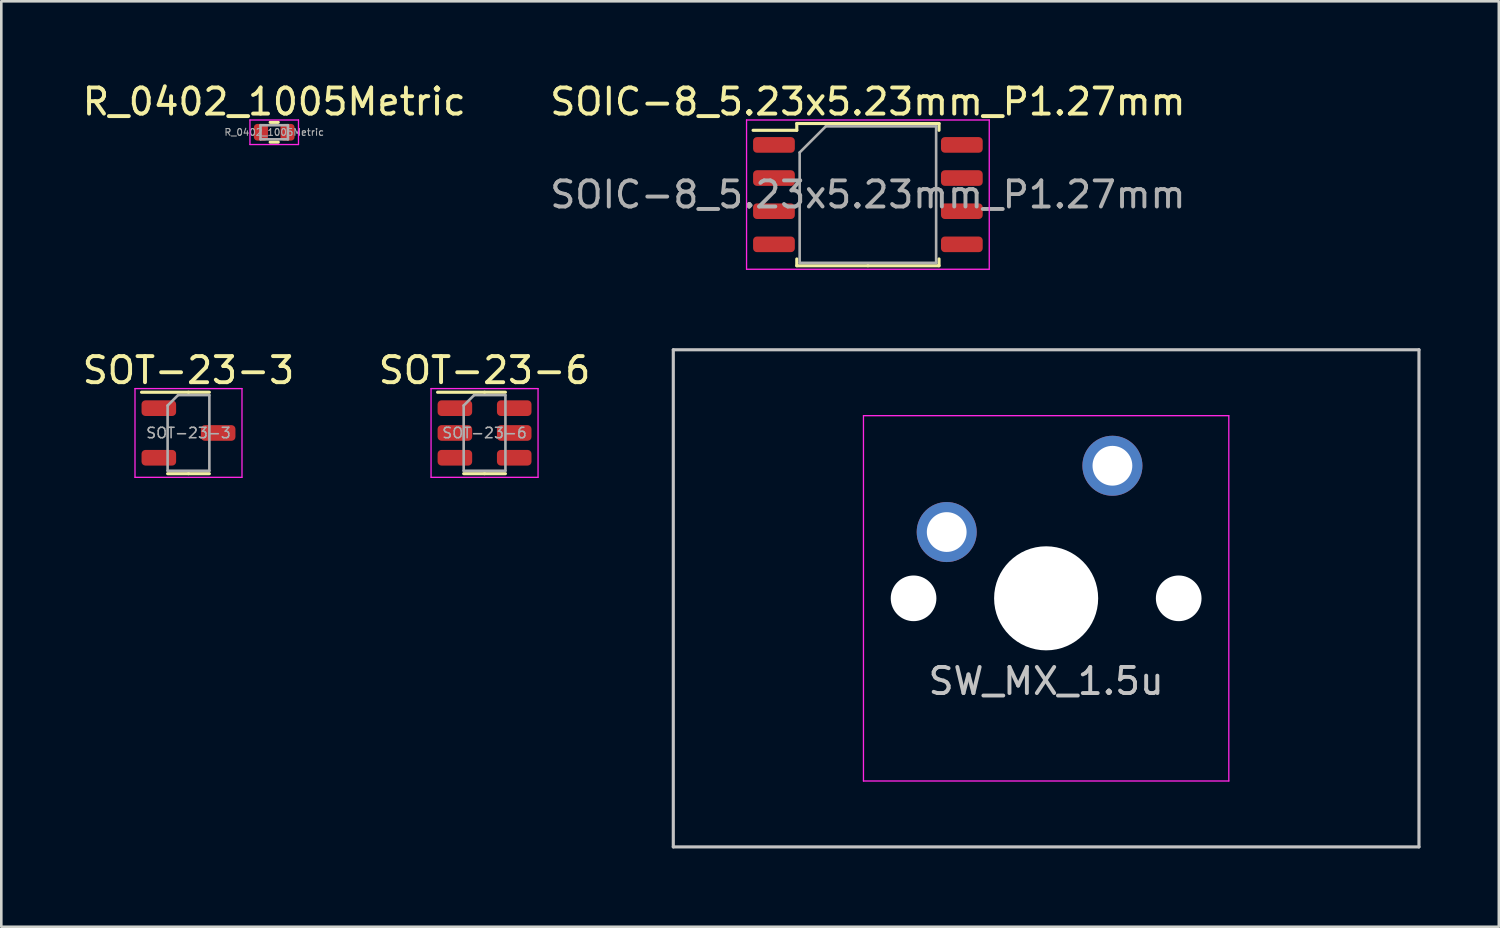
<source format=kicad_pcb>
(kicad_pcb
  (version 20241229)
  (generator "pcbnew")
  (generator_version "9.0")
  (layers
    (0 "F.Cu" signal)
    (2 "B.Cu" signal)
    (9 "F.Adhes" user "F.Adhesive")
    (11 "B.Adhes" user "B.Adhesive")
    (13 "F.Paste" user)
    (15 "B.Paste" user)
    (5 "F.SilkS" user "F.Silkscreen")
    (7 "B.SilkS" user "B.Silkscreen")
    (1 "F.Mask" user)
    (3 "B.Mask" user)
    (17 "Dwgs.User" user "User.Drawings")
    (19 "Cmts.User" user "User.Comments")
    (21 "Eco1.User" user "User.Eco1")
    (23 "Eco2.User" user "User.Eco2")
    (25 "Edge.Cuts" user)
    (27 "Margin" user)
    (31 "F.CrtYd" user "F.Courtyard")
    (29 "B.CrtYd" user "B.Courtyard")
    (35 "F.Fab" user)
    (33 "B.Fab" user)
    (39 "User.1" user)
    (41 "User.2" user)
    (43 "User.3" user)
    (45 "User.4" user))
  (footprint "SW_MX_1.5u"
    (layer "F.Cu")
    (at 37.038 19.878)
    (property "Reference" "SW_MX_1.5u" (at 0 3.175 0) (layer "Dwgs.User") (effects (font (size 1 1) (thickness 0.15))))
    (attr through_hole exclude_from_pos_files)
    (fp_line (start -14.287 -9.525) (end -14.287 9.525) (stroke (width 0.12) (type solid)) (layer "Dwgs.User"))
    (fp_line (start -14.287 9.525) (end 14.287 9.525) (stroke (width 0.12) (type solid)) (layer "Dwgs.User"))
    (fp_line (start 14.287 -9.525) (end -14.287 -9.525) (stroke (width 0.12) (type solid)) (layer "Dwgs.User"))
    (fp_line (start 14.287 9.525) (end 14.287 -9.525) (stroke (width 0.12) (type solid)) (layer "Dwgs.User"))
    (fp_line (start -7 6.5) (end -7 -6.5) (stroke (width 0.05) (type solid)) (layer "Eco2.User"))
    (fp_line (start -6.5 -7) (end 6.5 -7) (stroke (width 0.05) (type solid)) (layer "Eco2.User"))
    (fp_line (start 6.5 7) (end -6.5 7) (stroke (width 0.05) (type solid)) (layer "Eco2.User"))
    (fp_line (start 7 -6.5) (end 7 6.5) (stroke (width 0.05) (type solid)) (layer "Eco2.User"))
    (fp_arc (start -7 -6.5) (mid -6.853553 -6.853553) (end -6.5 -7) (stroke (width 0.05) (type solid)) (layer "Eco2.User"))
    (fp_arc (start -6.5 7) (mid -6.853553 6.853553) (end -7 6.5) (stroke (width 0.05) (type solid)) (layer "Eco2.User"))
    (fp_arc (start 6.5 -7) (mid 6.853553 -6.853553) (end 7 -6.5) (stroke (width 0.05) (type solid)) (layer "Eco2.User"))
    (fp_arc (start 6.997236 6.498884) (mid 6.850806 6.852455) (end 6.497236 6.998884) (stroke (width 0.05) (type solid)) (layer "Eco2.User"))
    (fp_line (start -7 -7) (end -7 7) (stroke (width 0.05) (type solid)) (layer "F.CrtYd"))
    (fp_line (start -7 7) (end 7 7) (stroke (width 0.05) (type solid)) (layer "F.CrtYd"))
    (fp_line (start 7 -7) (end -7 -7) (stroke (width 0.05) (type solid)) (layer "F.CrtYd"))
    (fp_line (start 7 7) (end 7 -7) (stroke (width 0.05) (type solid)) (layer "F.CrtYd"))
    (pad "" np_thru_hole circle (at -5.08 0) (size 1.75 1.75) (drill 1.75) (layers "*.Cu" "*.Mask"))
    (pad "" np_thru_hole circle (at 0 0) (size 3.988 3.988) (drill 3.988) (layers "*.Cu" "*.Mask"))
    (pad "" np_thru_hole circle (at 5.08 0) (size 1.75 1.75) (drill 1.75) (layers "*.Cu" "*.Mask"))
    (pad "1" thru_hole circle (at -3.81 -2.54) (size 2.3 2.3) (drill 1.524) (layers "*.Cu" "B.Mask"))
    (pad "2" thru_hole circle (at 2.54 -5.08) (size 2.3 2.3) (drill 1.524) (layers "*.Cu" "B.Mask")))
  (footprint "SOT-23-6"
    (layer "F.Cu")
    (at 15.518 13.541)
    (property "Reference" "SOT-23-6" (at 0 -2.4 0) (layer "F.SilkS") (effects (font (size 1 1) (thickness 0.15))))
    (attr smd)
    (fp_line (start 0 -1.56) (end -1.8 -1.56) (stroke (width 0.12) (type solid)) (layer "F.SilkS"))
    (fp_line (start 0 -1.56) (end 0.8 -1.56) (stroke (width 0.12) (type solid)) (layer "F.SilkS"))
    (fp_line (start 0 1.56) (end -0.8 1.56) (stroke (width 0.12) (type solid)) (layer "F.SilkS"))
    (fp_line (start 0 1.56) (end 0.8 1.56) (stroke (width 0.12) (type solid)) (layer "F.SilkS"))
    (fp_line (start -2.05 -1.7) (end -2.05 1.7) (stroke (width 0.05) (type solid)) (layer "F.CrtYd"))
    (fp_line (start -2.05 1.7) (end 2.05 1.7) (stroke (width 0.05) (type solid)) (layer "F.CrtYd"))
    (fp_line (start 2.05 -1.7) (end -2.05 -1.7) (stroke (width 0.05) (type solid)) (layer "F.CrtYd"))
    (fp_line (start 2.05 1.7) (end 2.05 -1.7) (stroke (width 0.05) (type solid)) (layer "F.CrtYd"))
    (fp_line (start -0.8 -1.05) (end -0.4 -1.45) (stroke (width 0.1) (type solid)) (layer "F.Fab"))
    (fp_line (start -0.8 1.45) (end -0.8 -1.05) (stroke (width 0.1) (type solid)) (layer "F.Fab"))
    (fp_line (start -0.4 -1.45) (end 0.8 -1.45) (stroke (width 0.1) (type solid)) (layer "F.Fab"))
    (fp_line (start 0.8 -1.45) (end 0.8 1.45) (stroke (width 0.1) (type solid)) (layer "F.Fab"))
    (fp_line (start 0.8 1.45) (end -0.8 1.45) (stroke (width 0.1) (type solid)) (layer "F.Fab"))
    (fp_text user "${REFERENCE}" (at 0 0 0) (layer "F.Fab") (effects (font (size 0.4 0.4) (thickness 0.06))))
    (pad "1" smd roundrect (at -1.137 -0.95 180) (size 1.325 0.6) (layers "F.Cu" "F.Mask" "F.Paste") (roundrect_rratio 0.25))
    (pad "2" smd roundrect (at -1.137 0 180) (size 1.325 0.6) (layers "F.Cu" "F.Mask" "F.Paste") (roundrect_rratio 0.25))
    (pad "3" smd roundrect (at -1.137 0.95 180) (size 1.325 0.6) (layers "F.Cu" "F.Mask" "F.Paste") (roundrect_rratio 0.25))
    (pad "4" smd roundrect (at 1.137 0.95 180) (size 1.325 0.6) (layers "F.Cu" "F.Mask" "F.Paste") (roundrect_rratio 0.25))
    (pad "5" smd roundrect (at 1.137 0 180) (size 1.325 0.6) (layers "F.Cu" "F.Mask" "F.Paste") (roundrect_rratio 0.25))
    (pad "6" smd roundrect (at 1.137 -0.95 180) (size 1.325 0.6) (layers "F.Cu" "F.Mask" "F.Paste") (roundrect_rratio 0.25)))
  (footprint "SOT-23-3"
    (layer "F.Cu")
    (at 4.173 13.541)
    (property "Reference" "SOT-23-3" (at 0 -2.4 0) (layer "F.SilkS") (effects (font (size 1 1) (thickness 0.15))))
    (attr smd)
    (fp_line (start 0 -1.56) (end -1.8 -1.56) (stroke (width 0.12) (type solid)) (layer "F.SilkS"))
    (fp_line (start 0 -1.56) (end 0.8 -1.56) (stroke (width 0.12) (type solid)) (layer "F.SilkS"))
    (fp_line (start 0 1.56) (end -0.8 1.56) (stroke (width 0.12) (type solid)) (layer "F.SilkS"))
    (fp_line (start 0 1.56) (end 0.8 1.56) (stroke (width 0.12) (type solid)) (layer "F.SilkS"))
    (fp_line (start -2.05 -1.7) (end -2.05 1.7) (stroke (width 0.05) (type solid)) (layer "F.CrtYd"))
    (fp_line (start -2.05 1.7) (end 2.05 1.7) (stroke (width 0.05) (type solid)) (layer "F.CrtYd"))
    (fp_line (start 2.05 -1.7) (end -2.05 -1.7) (stroke (width 0.05) (type solid)) (layer "F.CrtYd"))
    (fp_line (start 2.05 1.7) (end 2.05 -1.7) (stroke (width 0.05) (type solid)) (layer "F.CrtYd"))
    (fp_line (start -0.8 -1.05) (end -0.4 -1.45) (stroke (width 0.1) (type solid)) (layer "F.Fab"))
    (fp_line (start -0.8 1.45) (end -0.8 -1.05) (stroke (width 0.1) (type solid)) (layer "F.Fab"))
    (fp_line (start -0.4 -1.45) (end 0.8 -1.45) (stroke (width 0.1) (type solid)) (layer "F.Fab"))
    (fp_line (start 0.8 -1.45) (end 0.8 1.45) (stroke (width 0.1) (type solid)) (layer "F.Fab"))
    (fp_line (start 0.8 1.45) (end -0.8 1.45) (stroke (width 0.1) (type solid)) (layer "F.Fab"))
    (fp_text user "${REFERENCE}" (at 0 0 0) (layer "F.Fab") (effects (font (size 0.4 0.4) (thickness 0.06))))
    (pad "1" smd roundrect (at -1.137 -0.95 180) (size 1.325 0.6) (layers "F.Cu" "F.Mask" "F.Paste") (roundrect_rratio 0.25))
    (pad "2" smd roundrect (at -1.137 0.95 180) (size 1.325 0.6) (layers "F.Cu" "F.Mask" "F.Paste") (roundrect_rratio 0.25))
    (pad "3" smd roundrect (at 1.137 0 180) (size 1.325 0.6) (layers "F.Cu" "F.Mask" "F.Paste") (roundrect_rratio 0.25)))
  (footprint "SOIC-8_5.23x5.23mm_P1.27mm"
    (layer "F.Cu")
    (at 30.208 4.408)
    (property "Reference" "SOIC-8_5.23x5.23mm_P1.27mm" (at 0 -3.56 0) (layer "F.SilkS") (effects (font (size 1 1) (thickness 0.15))))
    (attr smd)
    (fp_line (start -2.725 -2.725) (end -2.725 -2.465) (stroke (width 0.12) (type solid)) (layer "F.SilkS"))
    (fp_line (start -2.725 -2.465) (end -4.4 -2.465) (stroke (width 0.12) (type solid)) (layer "F.SilkS"))
    (fp_line (start -2.725 2.725) (end -2.725 2.465) (stroke (width 0.12) (type solid)) (layer "F.SilkS"))
    (fp_line (start 0 -2.725) (end -2.725 -2.725) (stroke (width 0.12) (type solid)) (layer "F.SilkS"))
    (fp_line (start 0 -2.725) (end 2.725 -2.725) (stroke (width 0.12) (type solid)) (layer "F.SilkS"))
    (fp_line (start 0 2.725) (end -2.725 2.725) (stroke (width 0.12) (type solid)) (layer "F.SilkS"))
    (fp_line (start 0 2.725) (end 2.725 2.725) (stroke (width 0.12) (type solid)) (layer "F.SilkS"))
    (fp_line (start 2.725 -2.725) (end 2.725 -2.465) (stroke (width 0.12) (type solid)) (layer "F.SilkS"))
    (fp_line (start 2.725 2.725) (end 2.725 2.465) (stroke (width 0.12) (type solid)) (layer "F.SilkS"))
    (fp_line (start -4.65 -2.86) (end -4.65 2.86) (stroke (width 0.05) (type solid)) (layer "F.CrtYd"))
    (fp_line (start -4.65 2.86) (end 4.65 2.86) (stroke (width 0.05) (type solid)) (layer "F.CrtYd"))
    (fp_line (start 4.65 -2.86) (end -4.65 -2.86) (stroke (width 0.05) (type solid)) (layer "F.CrtYd"))
    (fp_line (start 4.65 2.86) (end 4.65 -2.86) (stroke (width 0.05) (type solid)) (layer "F.CrtYd"))
    (fp_line (start -2.615 -1.615) (end -1.615 -2.615) (stroke (width 0.1) (type solid)) (layer "F.Fab"))
    (fp_line (start -2.615 2.615) (end -2.615 -1.615) (stroke (width 0.1) (type solid)) (layer "F.Fab"))
    (fp_line (start -1.615 -2.615) (end 2.615 -2.615) (stroke (width 0.1) (type solid)) (layer "F.Fab"))
    (fp_line (start 2.615 -2.615) (end 2.615 2.615) (stroke (width 0.1) (type solid)) (layer "F.Fab"))
    (fp_line (start 2.615 2.615) (end -2.615 2.615) (stroke (width 0.1) (type solid)) (layer "F.Fab"))
    (fp_text user "${REFERENCE}" (at 0 0 0) (layer "F.Fab") (effects (font (size 1 1) (thickness 0.15))))
    (pad "1" smd roundrect (at -3.6 -1.905 180) (size 1.6 0.6) (layers "F.Cu" "F.Mask" "F.Paste") (roundrect_rratio 0.25))
    (pad "2" smd roundrect (at -3.6 -0.635 180) (size 1.6 0.6) (layers "F.Cu" "F.Mask" "F.Paste") (roundrect_rratio 0.25))
    (pad "3" smd roundrect (at -3.6 0.635 180) (size 1.6 0.6) (layers "F.Cu" "F.Mask" "F.Paste") (roundrect_rratio 0.25))
    (pad "4" smd roundrect (at -3.6 1.905 180) (size 1.6 0.6) (layers "F.Cu" "F.Mask" "F.Paste") (roundrect_rratio 0.25))
    (pad "5" smd roundrect (at 3.6 1.905 180) (size 1.6 0.6) (layers "F.Cu" "F.Mask" "F.Paste") (roundrect_rratio 0.25))
    (pad "6" smd roundrect (at 3.6 0.635 180) (size 1.6 0.6) (layers "F.Cu" "F.Mask" "F.Paste") (roundrect_rratio 0.25))
    (pad "7" smd roundrect (at 3.6 -0.635 180) (size 1.6 0.6) (layers "F.Cu" "F.Mask" "F.Paste") (roundrect_rratio 0.25))
    (pad "8" smd roundrect (at 3.6 -1.905 180) (size 1.6 0.6) (layers "F.Cu" "F.Mask" "F.Paste") (roundrect_rratio 0.25)))
  (footprint "R_0402_1005Metric"
    (layer "F.Cu")
    (at 7.458 2.018)
    (property "Reference" "R_0402_1005Metric" (at 0 -1.17 0) (layer "F.SilkS") (effects (font (size 1 1) (thickness 0.15))))
    (attr smd)
    (fp_line (start -0.154 -0.38) (end 0.154 -0.38) (stroke (width 0.12) (type solid)) (layer "F.SilkS"))
    (fp_line (start -0.154 0.38) (end 0.154 0.38) (stroke (width 0.12) (type solid)) (layer "F.SilkS"))
    (fp_line (start -0.93 -0.47) (end 0.93 -0.47) (stroke (width 0.05) (type solid)) (layer "F.CrtYd"))
    (fp_line (start -0.93 0.47) (end -0.93 -0.47) (stroke (width 0.05) (type solid)) (layer "F.CrtYd"))
    (fp_line (start 0.93 -0.47) (end 0.93 0.47) (stroke (width 0.05) (type solid)) (layer "F.CrtYd"))
    (fp_line (start 0.93 0.47) (end -0.93 0.47) (stroke (width 0.05) (type solid)) (layer "F.CrtYd"))
    (fp_line (start -0.525 -0.27) (end 0.525 -0.27) (stroke (width 0.1) (type solid)) (layer "F.Fab"))
    (fp_line (start -0.525 0.27) (end -0.525 -0.27) (stroke (width 0.1) (type solid)) (layer "F.Fab"))
    (fp_line (start 0.525 -0.27) (end 0.525 0.27) (stroke (width 0.1) (type solid)) (layer "F.Fab"))
    (fp_line (start 0.525 0.27) (end -0.525 0.27) (stroke (width 0.1) (type solid)) (layer "F.Fab"))
    (fp_text user "${REFERENCE}" (at 0 0 0) (layer "F.Fab") (effects (font (size 0.26 0.26) (thickness 0.04))))
    (pad "1" smd roundrect (at -0.51 0 180) (size 0.54 0.64) (layers "F.Cu" "F.Mask" "F.Paste") (roundrect_rratio 0.25))
    (pad "2" smd roundrect (at 0.51 0 180) (size 0.54 0.64) (layers "F.Cu" "F.Mask" "F.Paste") (roundrect_rratio 0.25)))
  (gr_rect
    (start -3 -3)
    (end 54.385 32.463)
    (stroke (width 0.1) (type default))
    (fill no)
    (layer "Edge.Cuts")))
</source>
